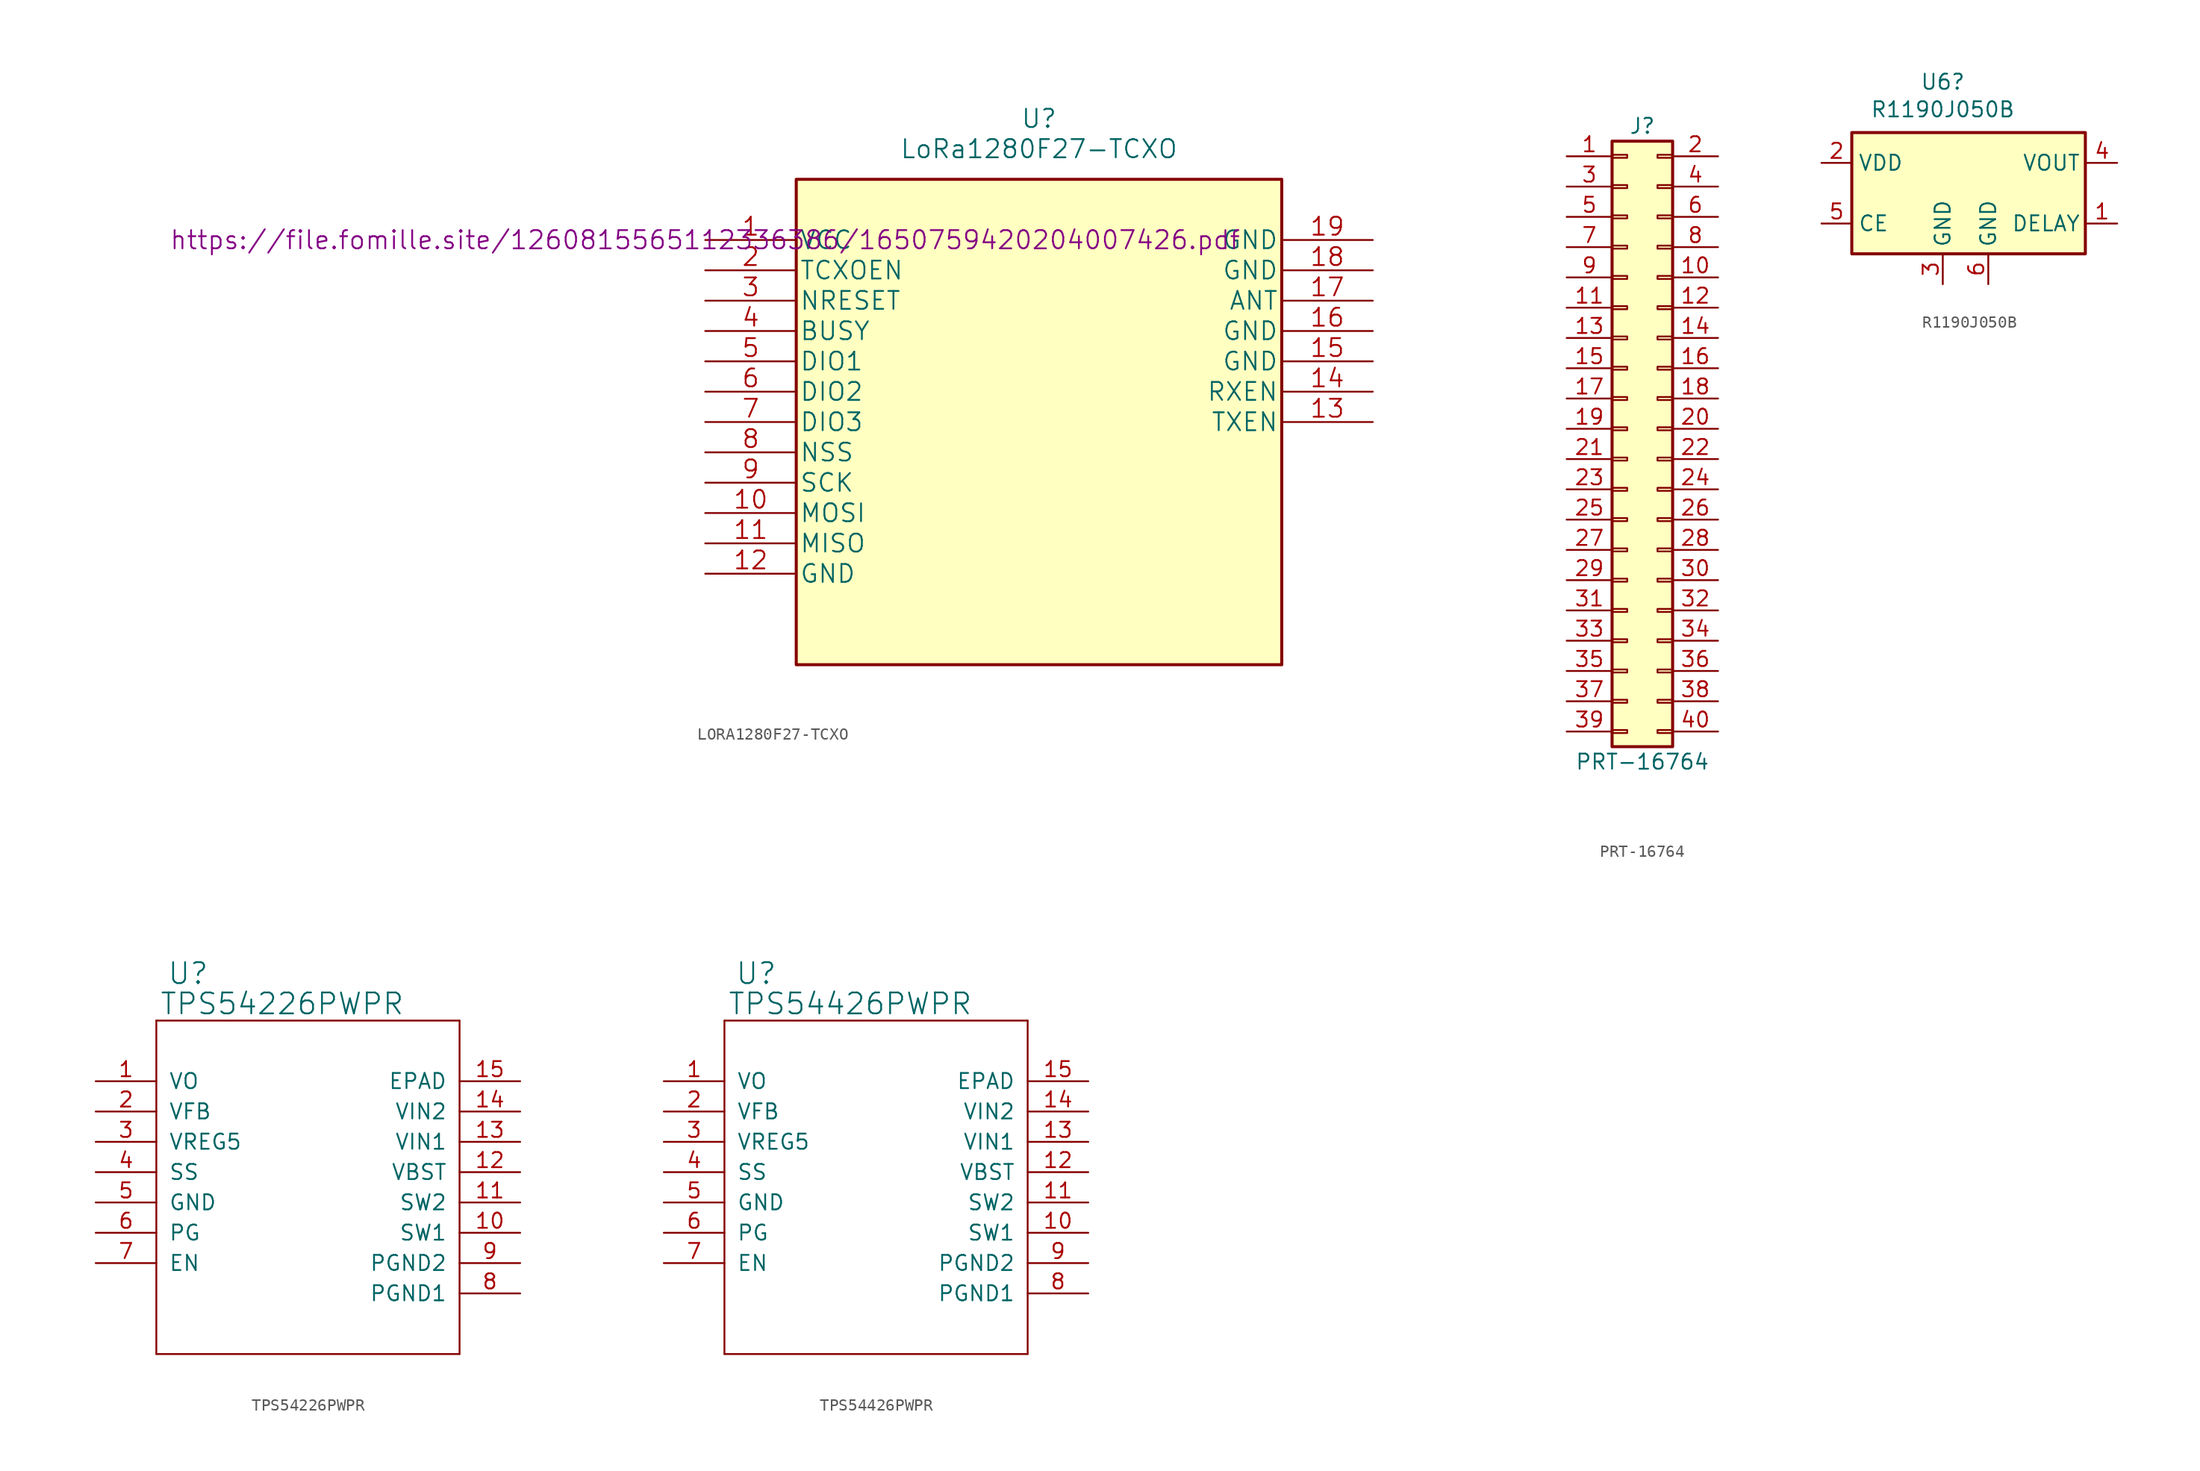
<source format=kicad_sym>
(kicad_symbol_lib
  (version 20231120)
  (generator "kicad_symbol_editor")
  (generator_version "8.0")
  (symbol "LORA1280F27-TCXO"
    (pin_names
      (offset 0.254))
    (property "Reference" "U"
      (at 27.94 10.16 0)
      (effects (font (size 1.524 1.524))))
    (property "Value" "LoRa1280F27-TCXO"
      (at 27.94 7.62 0)
      (effects (font (size 1.524 1.524))))
    (property "Datasheet" "https://file.fomille.site/1260815565112336386/1650759420204007426.pdf"
      (at 0 0 0)
      (effects (font (size 1.524 1.524))))
    (symbol "LORA1280F27-TCXO_1_0"
      (pin bidirectional line (at 55.88 -5.08 180) (length 7.62) (name "ANT" (effects (font (size 1.499 1.499)))) (number "17" (effects (font (size 1.499 1.499))))))
    (symbol "LORA1280F27-TCXO_1_1"
      (rectangle (start 7.62 5.08) (end 48.26 -35.56) (stroke (width 0.254) (type default)) (fill (type background)))
      (pin power_in line (at 0 0 0) (length 7.62) (name "VCC" (effects (font (size 1.499 1.499)))) (number "1" (effects (font (size 1.499 1.499)))))
      (pin input line (at 0 -22.86 0) (length 7.62) (name "MOSI" (effects (font (size 1.499 1.499)))) (number "10" (effects (font (size 1.499 1.499)))))
      (pin output line (at 0 -25.4 0) (length 7.62) (name "MISO" (effects (font (size 1.499 1.499)))) (number "11" (effects (font (size 1.499 1.499)))))
      (pin power_in line (at 0 -27.94 0) (length 7.62) (name "GND" (effects (font (size 1.499 1.499)))) (number "12" (effects (font (size 1.499 1.499)))))
      (pin input line (at 55.88 -15.24 180) (length 7.62) (name "TXEN" (effects (font (size 1.499 1.499)))) (number "13" (effects (font (size 1.499 1.499)))))
      (pin input line (at 55.88 -12.7 180) (length 7.62) (name "RXEN" (effects (font (size 1.499 1.499)))) (number "14" (effects (font (size 1.499 1.499)))))
      (pin power_in line (at 55.88 -10.16 180) (length 7.62) (name "GND" (effects (font (size 1.499 1.499)))) (number "15" (effects (font (size 1.499 1.499)))))
      (pin power_in line (at 55.88 -7.62 180) (length 7.62) (name "GND" (effects (font (size 1.499 1.499)))) (number "16" (effects (font (size 1.499 1.499)))))
      (pin power_in line (at 55.88 -2.54 180) (length 7.62) (name "GND" (effects (font (size 1.499 1.499)))) (number "18" (effects (font (size 1.499 1.499)))))
      (pin power_in line (at 55.88 0 180) (length 7.62) (name "GND" (effects (font (size 1.499 1.499)))) (number "19" (effects (font (size 1.499 1.499)))))
      (pin input line (at 0 -2.54 0) (length 7.62) (name "TCXOEN" (effects (font (size 1.499 1.499)))) (number "2" (effects (font (size 1.499 1.499)))))
      (pin input line (at 0 -5.08 0) (length 7.62) (name "NRESET" (effects (font (size 1.499 1.499)))) (number "3" (effects (font (size 1.499 1.499)))))
      (pin output line (at 0 -7.62 0) (length 7.62) (name "BUSY" (effects (font (size 1.499 1.499)))) (number "4" (effects (font (size 1.499 1.499)))))
      (pin output line (at 0 -10.16 0) (length 7.62) (name "DIO1" (effects (font (size 1.499 1.499)))) (number "5" (effects (font (size 1.499 1.499)))))
      (pin output line (at 0 -12.7 0) (length 7.62) (name "DIO2" (effects (font (size 1.499 1.499)))) (number "6" (effects (font (size 1.499 1.499)))))
      (pin output line (at 0 -15.24 0) (length 7.62) (name "DIO3" (effects (font (size 1.499 1.499)))) (number "7" (effects (font (size 1.499 1.499)))))
      (pin input line (at 0 -17.78 0) (length 7.62) (name "NSS" (effects (font (size 1.499 1.499)))) (number "8" (effects (font (size 1.499 1.499)))))
      (pin input line (at 0 -20.32 0) (length 7.62) (name "SCK" (effects (font (size 1.499 1.499)))) (number "9" (effects (font (size 1.499 1.499)))))))
  (symbol "PRT-16764"
    (pin_names
      (offset 1.016) hide)
    (property "Reference" "J"
      (at 1.27 25.4 0)
      (effects (font (size 1.27 1.27))))
    (property "Value" "PRT-16764"
      (at 1.27 -27.94 0)
      (effects (font (size 1.27 1.27))))
    (symbol "PRT-16764_1_1"
      (rectangle (start -1.27 -25.273) (end 0 -25.527) (stroke (width 0.152) (type default)) (fill (type none)))
      (rectangle (start -1.27 -22.733) (end 0 -22.987) (stroke (width 0.152) (type default)) (fill (type none)))
      (rectangle (start -1.27 -20.193) (end 0 -20.447) (stroke (width 0.152) (type default)) (fill (type none)))
      (rectangle (start -1.27 -17.653) (end 0 -17.907) (stroke (width 0.152) (type default)) (fill (type none)))
      (rectangle (start -1.27 -15.113) (end 0 -15.367) (stroke (width 0.152) (type default)) (fill (type none)))
      (rectangle (start -1.27 -12.573) (end 0 -12.827) (stroke (width 0.152) (type default)) (fill (type none)))
      (rectangle (start -1.27 -10.033) (end 0 -10.287) (stroke (width 0.152) (type default)) (fill (type none)))
      (rectangle (start -1.27 -7.493) (end 0 -7.747) (stroke (width 0.152) (type default)) (fill (type none)))
      (rectangle (start -1.27 -4.953) (end 0 -5.207) (stroke (width 0.152) (type default)) (fill (type none)))
      (rectangle (start -1.27 -2.413) (end 0 -2.667) (stroke (width 0.152) (type default)) (fill (type none)))
      (rectangle (start -1.27 0.127) (end 0 -0.127) (stroke (width 0.152) (type default)) (fill (type none)))
      (rectangle (start -1.27 2.667) (end 0 2.413) (stroke (width 0.152) (type default)) (fill (type none)))
      (rectangle (start -1.27 5.207) (end 0 4.953) (stroke (width 0.152) (type default)) (fill (type none)))
      (rectangle (start -1.27 7.747) (end 0 7.493) (stroke (width 0.152) (type default)) (fill (type none)))
      (rectangle (start -1.27 10.287) (end 0 10.033) (stroke (width 0.152) (type default)) (fill (type none)))
      (rectangle (start -1.27 12.827) (end 0 12.573) (stroke (width 0.152) (type default)) (fill (type none)))
      (rectangle (start -1.27 15.367) (end 0 15.113) (stroke (width 0.152) (type default)) (fill (type none)))
      (rectangle (start -1.27 17.907) (end 0 17.653) (stroke (width 0.152) (type default)) (fill (type none)))
      (rectangle (start -1.27 20.447) (end 0 20.193) (stroke (width 0.152) (type default)) (fill (type none)))
      (rectangle (start -1.27 22.987) (end 0 22.733) (stroke (width 0.152) (type default)) (fill (type none)))
      (rectangle (start -1.27 24.13) (end 3.81 -26.67) (stroke (width 0.254) (type default)) (fill (type background)))
      (rectangle (start 3.81 -25.273) (end 2.54 -25.527) (stroke (width 0.152) (type default)) (fill (type none)))
      (rectangle (start 3.81 -22.733) (end 2.54 -22.987) (stroke (width 0.152) (type default)) (fill (type none)))
      (rectangle (start 3.81 -20.193) (end 2.54 -20.447) (stroke (width 0.152) (type default)) (fill (type none)))
      (rectangle (start 3.81 -17.653) (end 2.54 -17.907) (stroke (width 0.152) (type default)) (fill (type none)))
      (rectangle (start 3.81 -15.113) (end 2.54 -15.367) (stroke (width 0.152) (type default)) (fill (type none)))
      (rectangle (start 3.81 -12.573) (end 2.54 -12.827) (stroke (width 0.152) (type default)) (fill (type none)))
      (rectangle (start 3.81 -10.033) (end 2.54 -10.287) (stroke (width 0.152) (type default)) (fill (type none)))
      (rectangle (start 3.81 -7.493) (end 2.54 -7.747) (stroke (width 0.152) (type default)) (fill (type none)))
      (rectangle (start 3.81 -4.953) (end 2.54 -5.207) (stroke (width 0.152) (type default)) (fill (type none)))
      (rectangle (start 3.81 -2.413) (end 2.54 -2.667) (stroke (width 0.152) (type default)) (fill (type none)))
      (rectangle (start 3.81 0.127) (end 2.54 -0.127) (stroke (width 0.152) (type default)) (fill (type none)))
      (rectangle (start 3.81 2.667) (end 2.54 2.413) (stroke (width 0.152) (type default)) (fill (type none)))
      (rectangle (start 3.81 5.207) (end 2.54 4.953) (stroke (width 0.152) (type default)) (fill (type none)))
      (rectangle (start 3.81 7.747) (end 2.54 7.493) (stroke (width 0.152) (type default)) (fill (type none)))
      (rectangle (start 3.81 10.287) (end 2.54 10.033) (stroke (width 0.152) (type default)) (fill (type none)))
      (rectangle (start 3.81 12.827) (end 2.54 12.573) (stroke (width 0.152) (type default)) (fill (type none)))
      (rectangle (start 3.81 15.367) (end 2.54 15.113) (stroke (width 0.152) (type default)) (fill (type none)))
      (rectangle (start 3.81 17.907) (end 2.54 17.653) (stroke (width 0.152) (type default)) (fill (type none)))
      (rectangle (start 3.81 20.447) (end 2.54 20.193) (stroke (width 0.152) (type default)) (fill (type none)))
      (rectangle (start 3.81 22.987) (end 2.54 22.733) (stroke (width 0.152) (type default)) (fill (type none)))
      (pin passive line (at -5.08 22.86 0) (length 3.81) (name "Pin_1" (effects (font (size 1.27 1.27)))) (number "1" (effects (font (size 1.27 1.27)))))
      (pin passive line (at 7.62 12.7 180) (length 3.81) (name "Pin_10" (effects (font (size 1.27 1.27)))) (number "10" (effects (font (size 1.27 1.27)))))
      (pin passive line (at -5.08 10.16 0) (length 3.81) (name "Pin_11" (effects (font (size 1.27 1.27)))) (number "11" (effects (font (size 1.27 1.27)))))
      (pin passive line (at 7.62 10.16 180) (length 3.81) (name "Pin_12" (effects (font (size 1.27 1.27)))) (number "12" (effects (font (size 1.27 1.27)))))
      (pin passive line (at -5.08 7.62 0) (length 3.81) (name "Pin_13" (effects (font (size 1.27 1.27)))) (number "13" (effects (font (size 1.27 1.27)))))
      (pin passive line (at 7.62 7.62 180) (length 3.81) (name "Pin_14" (effects (font (size 1.27 1.27)))) (number "14" (effects (font (size 1.27 1.27)))))
      (pin passive line (at -5.08 5.08 0) (length 3.81) (name "Pin_15" (effects (font (size 1.27 1.27)))) (number "15" (effects (font (size 1.27 1.27)))))
      (pin passive line (at 7.62 5.08 180) (length 3.81) (name "Pin_16" (effects (font (size 1.27 1.27)))) (number "16" (effects (font (size 1.27 1.27)))))
      (pin passive line (at -5.08 2.54 0) (length 3.81) (name "Pin_17" (effects (font (size 1.27 1.27)))) (number "17" (effects (font (size 1.27 1.27)))))
      (pin passive line (at 7.62 2.54 180) (length 3.81) (name "Pin_18" (effects (font (size 1.27 1.27)))) (number "18" (effects (font (size 1.27 1.27)))))
      (pin passive line (at -5.08 0 0) (length 3.81) (name "Pin_19" (effects (font (size 1.27 1.27)))) (number "19" (effects (font (size 1.27 1.27)))))
      (pin passive line (at 7.62 22.86 180) (length 3.81) (name "Pin_2" (effects (font (size 1.27 1.27)))) (number "2" (effects (font (size 1.27 1.27)))))
      (pin passive line (at 7.62 0 180) (length 3.81) (name "Pin_20" (effects (font (size 1.27 1.27)))) (number "20" (effects (font (size 1.27 1.27)))))
      (pin passive line (at -5.08 -2.54 0) (length 3.81) (name "Pin_21" (effects (font (size 1.27 1.27)))) (number "21" (effects (font (size 1.27 1.27)))))
      (pin passive line (at 7.62 -2.54 180) (length 3.81) (name "Pin_22" (effects (font (size 1.27 1.27)))) (number "22" (effects (font (size 1.27 1.27)))))
      (pin passive line (at -5.08 -5.08 0) (length 3.81) (name "Pin_23" (effects (font (size 1.27 1.27)))) (number "23" (effects (font (size 1.27 1.27)))))
      (pin passive line (at 7.62 -5.08 180) (length 3.81) (name "Pin_24" (effects (font (size 1.27 1.27)))) (number "24" (effects (font (size 1.27 1.27)))))
      (pin passive line (at -5.08 -7.62 0) (length 3.81) (name "Pin_25" (effects (font (size 1.27 1.27)))) (number "25" (effects (font (size 1.27 1.27)))))
      (pin passive line (at 7.62 -7.62 180) (length 3.81) (name "Pin_26" (effects (font (size 1.27 1.27)))) (number "26" (effects (font (size 1.27 1.27)))))
      (pin passive line (at -5.08 -10.16 0) (length 3.81) (name "Pin_27" (effects (font (size 1.27 1.27)))) (number "27" (effects (font (size 1.27 1.27)))))
      (pin passive line (at 7.62 -10.16 180) (length 3.81) (name "Pin_28" (effects (font (size 1.27 1.27)))) (number "28" (effects (font (size 1.27 1.27)))))
      (pin passive line (at -5.08 -12.7 0) (length 3.81) (name "Pin_29" (effects (font (size 1.27 1.27)))) (number "29" (effects (font (size 1.27 1.27)))))
      (pin passive line (at -5.08 20.32 0) (length 3.81) (name "Pin_3" (effects (font (size 1.27 1.27)))) (number "3" (effects (font (size 1.27 1.27)))))
      (pin passive line (at 7.62 -12.7 180) (length 3.81) (name "Pin_30" (effects (font (size 1.27 1.27)))) (number "30" (effects (font (size 1.27 1.27)))))
      (pin passive line (at -5.08 -15.24 0) (length 3.81) (name "Pin_31" (effects (font (size 1.27 1.27)))) (number "31" (effects (font (size 1.27 1.27)))))
      (pin passive line (at 7.62 -15.24 180) (length 3.81) (name "Pin_32" (effects (font (size 1.27 1.27)))) (number "32" (effects (font (size 1.27 1.27)))))
      (pin passive line (at -5.08 -17.78 0) (length 3.81) (name "Pin_33" (effects (font (size 1.27 1.27)))) (number "33" (effects (font (size 1.27 1.27)))))
      (pin passive line (at 7.62 -17.78 180) (length 3.81) (name "Pin_34" (effects (font (size 1.27 1.27)))) (number "34" (effects (font (size 1.27 1.27)))))
      (pin passive line (at -5.08 -20.32 0) (length 3.81) (name "Pin_35" (effects (font (size 1.27 1.27)))) (number "35" (effects (font (size 1.27 1.27)))))
      (pin passive line (at 7.62 -20.32 180) (length 3.81) (name "Pin_36" (effects (font (size 1.27 1.27)))) (number "36" (effects (font (size 1.27 1.27)))))
      (pin passive line (at -5.08 -22.86 0) (length 3.81) (name "Pin_37" (effects (font (size 1.27 1.27)))) (number "37" (effects (font (size 1.27 1.27)))))
      (pin passive line (at 7.62 -22.86 180) (length 3.81) (name "Pin_38" (effects (font (size 1.27 1.27)))) (number "38" (effects (font (size 1.27 1.27)))))
      (pin passive line (at -5.08 -25.4 0) (length 3.81) (name "Pin_39" (effects (font (size 1.27 1.27)))) (number "39" (effects (font (size 1.27 1.27)))))
      (pin passive line (at 7.62 20.32 180) (length 3.81) (name "Pin_4" (effects (font (size 1.27 1.27)))) (number "4" (effects (font (size 1.27 1.27)))))
      (pin passive line (at 7.62 -25.4 180) (length 3.81) (name "Pin_40" (effects (font (size 1.27 1.27)))) (number "40" (effects (font (size 1.27 1.27)))))
      (pin passive line (at -5.08 17.78 0) (length 3.81) (name "Pin_5" (effects (font (size 1.27 1.27)))) (number "5" (effects (font (size 1.27 1.27)))))
      (pin passive line (at 7.62 17.78 180) (length 3.81) (name "Pin_6" (effects (font (size 1.27 1.27)))) (number "6" (effects (font (size 1.27 1.27)))))
      (pin passive line (at -5.08 15.24 0) (length 3.81) (name "Pin_7" (effects (font (size 1.27 1.27)))) (number "7" (effects (font (size 1.27 1.27)))))
      (pin passive line (at 7.62 15.24 180) (length 3.81) (name "Pin_8" (effects (font (size 1.27 1.27)))) (number "8" (effects (font (size 1.27 1.27)))))
      (pin passive line (at -5.08 12.7 0) (length 3.81) (name "Pin_9" (effects (font (size 1.27 1.27)))) (number "9" (effects (font (size 1.27 1.27)))))))
  (symbol "R1190J050B"
    (property "Reference" "U6"
      (at 10.16 6.782 0)
      (effects (font (size 1.27 1.27))))
    (property "Value" "R1190J050B"
      (at 10.16 4.47 0)
      (effects (font (size 1.27 1.27))))
    (symbol "R1190J050B_0_1"
      (rectangle (start 2.54 2.54) (end 22.098 -7.62) (stroke (width 0.254) (type default)) (fill (type background))))
    (symbol "R1190J050B_1_1"
      (pin input line (at 24.765 -5.08 180) (length 2.54) (name "DELAY" (effects (font (size 1.27 1.27)))) (number "1" (effects (font (size 1.27 1.27)))))
      (pin power_in line (at 0 0 0) (length 2.54) (name "VDD" (effects (font (size 1.27 1.27)))) (number "2" (effects (font (size 1.27 1.27)))))
      (pin power_in line (at 10.16 -10.16 90) (length 2.54) (name "GND" (effects (font (size 1.27 1.27)))) (number "3" (effects (font (size 1.27 1.27)))))
      (pin power_out line (at 24.765 0 180) (length 2.54) (name "VOUT" (effects (font (size 1.27 1.27)))) (number "4" (effects (font (size 1.27 1.27)))))
      (pin input line (at 0 -5.08 0) (length 2.54) (name "CE" (effects (font (size 1.27 1.27)))) (number "5" (effects (font (size 1.27 1.27)))))
      (pin power_in line (at 13.97 -10.16 90) (length 2.54) (name "GND" (effects (font (size 1.27 1.27)))) (number "6" (effects (font (size 1.27 1.27)))))))
  (symbol "TPS54226PWPR"
    (pin_names
      (offset 1.016))
    (property "Reference" "U"
      (at 8.509 8.001 0)
      (effects (font (size 1.753 1.753)) (justify left bottom)))
    (property "Value" "TPS54226PWPR"
      (at 7.874 5.461 0)
      (effects (font (size 1.753 1.753)) (justify left bottom)))
    (symbol "TPS54226PWPR_1_0"
      (polyline (pts (xy 7.62 -22.86) (xy 33.02 -22.86)) (stroke (width 0) (type default)) (fill (type none)))
      (polyline (pts (xy 7.62 5.08) (xy 7.62 -22.86)) (stroke (width 0) (type default)) (fill (type none)))
      (polyline (pts (xy 33.02 -22.86) (xy 33.02 5.08)) (stroke (width 0) (type default)) (fill (type none)))
      (polyline (pts (xy 33.02 5.08) (xy 7.62 5.08)) (stroke (width 0) (type default)) (fill (type none)))
      (pin output line (at 2.54 0 0) (length 5.08) (name "VO" (effects (font (size 1.27 1.27)))) (number "1" (effects (font (size 1.27 1.27)))))
      (pin passive line (at 38.1 -12.7 180) (length 5.08) (name "SW1" (effects (font (size 1.27 1.27)))) (number "10" (effects (font (size 1.27 1.27)))))
      (pin passive line (at 38.1 -10.16 180) (length 5.08) (name "SW2" (effects (font (size 1.27 1.27)))) (number "11" (effects (font (size 1.27 1.27)))))
      (pin input line (at 38.1 -7.62 180) (length 5.08) (name "VBST" (effects (font (size 1.27 1.27)))) (number "12" (effects (font (size 1.27 1.27)))))
      (pin power_in line (at 38.1 -5.08 180) (length 5.08) (name "VIN1" (effects (font (size 1.27 1.27)))) (number "13" (effects (font (size 1.27 1.27)))))
      (pin power_in line (at 38.1 -2.54 180) (length 5.08) (name "VIN2" (effects (font (size 1.27 1.27)))) (number "14" (effects (font (size 1.27 1.27)))))
      (pin passive line (at 38.1 0 180) (length 5.08) (name "EPAD" (effects (font (size 1.27 1.27)))) (number "15" (effects (font (size 1.27 1.27)))))
      (pin input line (at 2.54 -2.54 0) (length 5.08) (name "VFB" (effects (font (size 1.27 1.27)))) (number "2" (effects (font (size 1.27 1.27)))))
      (pin output line (at 2.54 -5.08 0) (length 5.08) (name "VREG5" (effects (font (size 1.27 1.27)))) (number "3" (effects (font (size 1.27 1.27)))))
      (pin passive line (at 2.54 -7.62 0) (length 5.08) (name "SS" (effects (font (size 1.27 1.27)))) (number "4" (effects (font (size 1.27 1.27)))))
      (pin power_in line (at 2.54 -10.16 0) (length 5.08) (name "GND" (effects (font (size 1.27 1.27)))) (number "5" (effects (font (size 1.27 1.27)))))
      (pin output line (at 2.54 -12.7 0) (length 5.08) (name "PG" (effects (font (size 1.27 1.27)))) (number "6" (effects (font (size 1.27 1.27)))))
      (pin input line (at 2.54 -15.24 0) (length 5.08) (name "EN" (effects (font (size 1.27 1.27)))) (number "7" (effects (font (size 1.27 1.27)))))
      (pin power_in line (at 38.1 -17.78 180) (length 5.08) (name "PGND1" (effects (font (size 1.27 1.27)))) (number "8" (effects (font (size 1.27 1.27)))))
      (pin power_in line (at 38.1 -15.24 180) (length 5.08) (name "PGND2" (effects (font (size 1.27 1.27)))) (number "9" (effects (font (size 1.27 1.27)))))))
  (symbol "TPS54426PWPR"
    (pin_names
      (offset 1.016))
    (property "Reference" "U"
      (at 8.509 8.001 0)
      (effects (font (size 1.753 1.753)) (justify left bottom)))
    (property "Value" "TPS54426PWPR"
      (at 7.874 5.461 0)
      (effects (font (size 1.753 1.753)) (justify left bottom)))
    (symbol "TPS54426PWPR_1_0"
      (polyline (pts (xy 7.62 -22.86) (xy 33.02 -22.86)) (stroke (width 0) (type default)) (fill (type none)))
      (polyline (pts (xy 7.62 5.08) (xy 7.62 -22.86)) (stroke (width 0) (type default)) (fill (type none)))
      (polyline (pts (xy 33.02 -22.86) (xy 33.02 5.08)) (stroke (width 0) (type default)) (fill (type none)))
      (polyline (pts (xy 33.02 5.08) (xy 7.62 5.08)) (stroke (width 0) (type default)) (fill (type none)))
      (pin output line (at 2.54 0 0) (length 5.08) (name "VO" (effects (font (size 1.27 1.27)))) (number "1" (effects (font (size 1.27 1.27)))))
      (pin passive line (at 38.1 -12.7 180) (length 5.08) (name "SW1" (effects (font (size 1.27 1.27)))) (number "10" (effects (font (size 1.27 1.27)))))
      (pin passive line (at 38.1 -10.16 180) (length 5.08) (name "SW2" (effects (font (size 1.27 1.27)))) (number "11" (effects (font (size 1.27 1.27)))))
      (pin input line (at 38.1 -7.62 180) (length 5.08) (name "VBST" (effects (font (size 1.27 1.27)))) (number "12" (effects (font (size 1.27 1.27)))))
      (pin power_in line (at 38.1 -5.08 180) (length 5.08) (name "VIN1" (effects (font (size 1.27 1.27)))) (number "13" (effects (font (size 1.27 1.27)))))
      (pin power_in line (at 38.1 -2.54 180) (length 5.08) (name "VIN2" (effects (font (size 1.27 1.27)))) (number "14" (effects (font (size 1.27 1.27)))))
      (pin passive line (at 38.1 0 180) (length 5.08) (name "EPAD" (effects (font (size 1.27 1.27)))) (number "15" (effects (font (size 1.27 1.27)))))
      (pin input line (at 2.54 -2.54 0) (length 5.08) (name "VFB" (effects (font (size 1.27 1.27)))) (number "2" (effects (font (size 1.27 1.27)))))
      (pin output line (at 2.54 -5.08 0) (length 5.08) (name "VREG5" (effects (font (size 1.27 1.27)))) (number "3" (effects (font (size 1.27 1.27)))))
      (pin passive line (at 2.54 -7.62 0) (length 5.08) (name "SS" (effects (font (size 1.27 1.27)))) (number "4" (effects (font (size 1.27 1.27)))))
      (pin power_in line (at 2.54 -10.16 0) (length 5.08) (name "GND" (effects (font (size 1.27 1.27)))) (number "5" (effects (font (size 1.27 1.27)))))
      (pin output line (at 2.54 -12.7 0) (length 5.08) (name "PG" (effects (font (size 1.27 1.27)))) (number "6" (effects (font (size 1.27 1.27)))))
      (pin input line (at 2.54 -15.24 0) (length 5.08) (name "EN" (effects (font (size 1.27 1.27)))) (number "7" (effects (font (size 1.27 1.27)))))
      (pin power_in line (at 38.1 -17.78 180) (length 5.08) (name "PGND1" (effects (font (size 1.27 1.27)))) (number "8" (effects (font (size 1.27 1.27)))))
      (pin power_in line (at 38.1 -15.24 180) (length 5.08) (name "PGND2" (effects (font (size 1.27 1.27)))) (number "9" (effects (font (size 1.27 1.27))))))))
</source>
